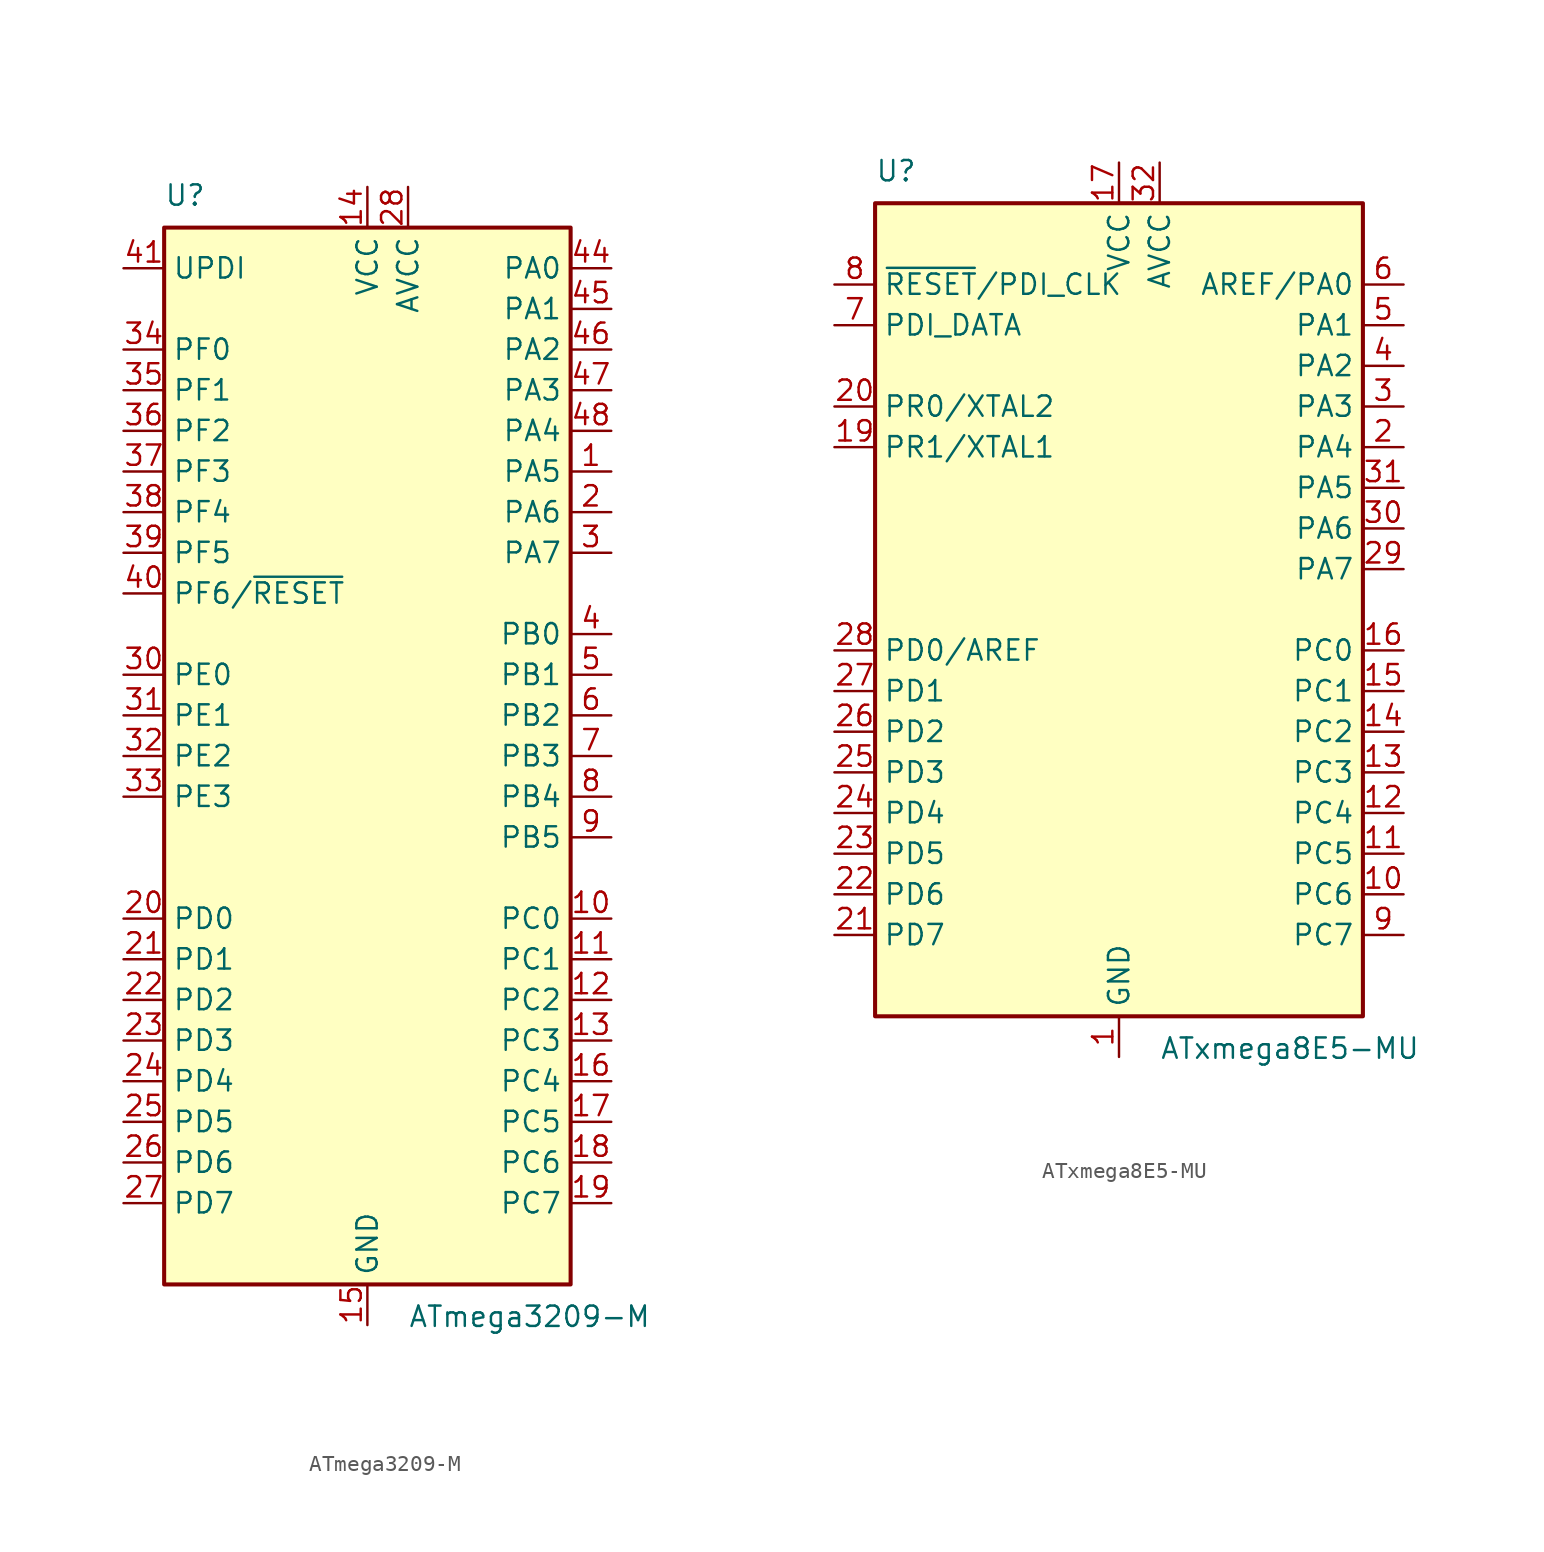
<source format=kicad_sym>
(kicad_symbol_lib
  (version 20201005)
  (generator kicad_symbol_editor)
  (symbol "ATmega3209-M"
    (property "Reference" "U"
      (at -12.7 34.29 0)
      (effects (font (size 1.27 1.27)) (justify left bottom)))
    (property "Value" "ATmega3209-M"
      (at 2.54 -34.29 0)
      (effects (font (size 1.27 1.27)) (justify left top)))
    (symbol "ATmega3209-M_0_1"
      (rectangle (start -12.7 -33.02) (end 12.7 33.02) (stroke (width 0.254)) (fill (type background))))
    (symbol "ATmega3209-M_1_1"
      (pin tri_state line (at 15.24 17.78 180) (length 2.54) (name "PA5" (effects (font (size 1.27 1.27)))) (number "1" (effects (font (size 1.27 1.27)))))
      (pin tri_state line (at 15.24 -10.16 180) (length 2.54) (name "PC0" (effects (font (size 1.27 1.27)))) (number "10" (effects (font (size 1.27 1.27)))))
      (pin tri_state line (at 15.24 -12.7 180) (length 2.54) (name "PC1" (effects (font (size 1.27 1.27)))) (number "11" (effects (font (size 1.27 1.27)))))
      (pin tri_state line (at 15.24 -15.24 180) (length 2.54) (name "PC2" (effects (font (size 1.27 1.27)))) (number "12" (effects (font (size 1.27 1.27)))))
      (pin tri_state line (at 15.24 -17.78 180) (length 2.54) (name "PC3" (effects (font (size 1.27 1.27)))) (number "13" (effects (font (size 1.27 1.27)))))
      (pin power_in line (at 0 35.56 270) (length 2.54) (name "VCC" (effects (font (size 1.27 1.27)))) (number "14" (effects (font (size 1.27 1.27)))))
      (pin power_in line (at 0 -35.56 90) (length 2.54) (name "GND" (effects (font (size 1.27 1.27)))) (number "15" (effects (font (size 1.27 1.27)))))
      (pin tri_state line (at 15.24 -20.32 180) (length 2.54) (name "PC4" (effects (font (size 1.27 1.27)))) (number "16" (effects (font (size 1.27 1.27)))))
      (pin tri_state line (at 15.24 -22.86 180) (length 2.54) (name "PC5" (effects (font (size 1.27 1.27)))) (number "17" (effects (font (size 1.27 1.27)))))
      (pin tri_state line (at 15.24 -25.4 180) (length 2.54) (name "PC6" (effects (font (size 1.27 1.27)))) (number "18" (effects (font (size 1.27 1.27)))))
      (pin tri_state line (at 15.24 -27.94 180) (length 2.54) (name "PC7" (effects (font (size 1.27 1.27)))) (number "19" (effects (font (size 1.27 1.27)))))
      (pin tri_state line (at 15.24 15.24 180) (length 2.54) (name "PA6" (effects (font (size 1.27 1.27)))) (number "2" (effects (font (size 1.27 1.27)))))
      (pin tri_state line (at -15.24 -10.16 0) (length 2.54) (name "PD0" (effects (font (size 1.27 1.27)))) (number "20" (effects (font (size 1.27 1.27)))))
      (pin tri_state line (at -15.24 -12.7 0) (length 2.54) (name "PD1" (effects (font (size 1.27 1.27)))) (number "21" (effects (font (size 1.27 1.27)))))
      (pin tri_state line (at -15.24 -15.24 0) (length 2.54) (name "PD2" (effects (font (size 1.27 1.27)))) (number "22" (effects (font (size 1.27 1.27)))))
      (pin tri_state line (at -15.24 -17.78 0) (length 2.54) (name "PD3" (effects (font (size 1.27 1.27)))) (number "23" (effects (font (size 1.27 1.27)))))
      (pin tri_state line (at -15.24 -20.32 0) (length 2.54) (name "PD4" (effects (font (size 1.27 1.27)))) (number "24" (effects (font (size 1.27 1.27)))))
      (pin tri_state line (at -15.24 -22.86 0) (length 2.54) (name "PD5" (effects (font (size 1.27 1.27)))) (number "25" (effects (font (size 1.27 1.27)))))
      (pin tri_state line (at -15.24 -25.4 0) (length 2.54) (name "PD6" (effects (font (size 1.27 1.27)))) (number "26" (effects (font (size 1.27 1.27)))))
      (pin tri_state line (at -15.24 -27.94 0) (length 2.54) (name "PD7" (effects (font (size 1.27 1.27)))) (number "27" (effects (font (size 1.27 1.27)))))
      (pin power_in line (at 2.54 35.56 270) (length 2.54) (name "AVCC" (effects (font (size 1.27 1.27)))) (number "28" (effects (font (size 1.27 1.27)))))
      (pin passive line (at 0 -35.56 90) (length 2.54) hide (name "GND" (effects (font (size 1.27 1.27)))) (number "29" (effects (font (size 1.27 1.27)))))
      (pin tri_state line (at 15.24 12.7 180) (length 2.54) (name "PA7" (effects (font (size 1.27 1.27)))) (number "3" (effects (font (size 1.27 1.27)))))
      (pin tri_state line (at -15.24 5.08 0) (length 2.54) (name "PE0" (effects (font (size 1.27 1.27)))) (number "30" (effects (font (size 1.27 1.27)))))
      (pin tri_state line (at -15.24 2.54 0) (length 2.54) (name "PE1" (effects (font (size 1.27 1.27)))) (number "31" (effects (font (size 1.27 1.27)))))
      (pin tri_state line (at -15.24 0 0) (length 2.54) (name "PE2" (effects (font (size 1.27 1.27)))) (number "32" (effects (font (size 1.27 1.27)))))
      (pin tri_state line (at -15.24 -2.54 0) (length 2.54) (name "PE3" (effects (font (size 1.27 1.27)))) (number "33" (effects (font (size 1.27 1.27)))))
      (pin tri_state line (at -15.24 25.4 0) (length 2.54) (name "PF0" (effects (font (size 1.27 1.27)))) (number "34" (effects (font (size 1.27 1.27)))))
      (pin tri_state line (at -15.24 22.86 0) (length 2.54) (name "PF1" (effects (font (size 1.27 1.27)))) (number "35" (effects (font (size 1.27 1.27)))))
      (pin tri_state line (at -15.24 20.32 0) (length 2.54) (name "PF2" (effects (font (size 1.27 1.27)))) (number "36" (effects (font (size 1.27 1.27)))))
      (pin tri_state line (at -15.24 17.78 0) (length 2.54) (name "PF3" (effects (font (size 1.27 1.27)))) (number "37" (effects (font (size 1.27 1.27)))))
      (pin tri_state line (at -15.24 15.24 0) (length 2.54) (name "PF4" (effects (font (size 1.27 1.27)))) (number "38" (effects (font (size 1.27 1.27)))))
      (pin tri_state line (at -15.24 12.7 0) (length 2.54) (name "PF5" (effects (font (size 1.27 1.27)))) (number "39" (effects (font (size 1.27 1.27)))))
      (pin tri_state line (at 15.24 7.62 180) (length 2.54) (name "PB0" (effects (font (size 1.27 1.27)))) (number "4" (effects (font (size 1.27 1.27)))))
      (pin tri_state line (at -15.24 10.16 0) (length 2.54) (name "PF6/~RESET" (effects (font (size 1.27 1.27)))) (number "40" (effects (font (size 1.27 1.27)))))
      (pin bidirectional line (at -15.24 30.48 0) (length 2.54) (name "UPDI" (effects (font (size 1.27 1.27)))) (number "41" (effects (font (size 1.27 1.27)))))
      (pin passive line (at 0 35.56 270) (length 2.54) hide (name "VCC" (effects (font (size 1.27 1.27)))) (number "42" (effects (font (size 1.27 1.27)))))
      (pin passive line (at 0 -35.56 90) (length 2.54) hide (name "GND" (effects (font (size 1.27 1.27)))) (number "43" (effects (font (size 1.27 1.27)))))
      (pin tri_state line (at 15.24 30.48 180) (length 2.54) (name "PA0" (effects (font (size 1.27 1.27)))) (number "44" (effects (font (size 1.27 1.27)))))
      (pin tri_state line (at 15.24 27.94 180) (length 2.54) (name "PA1" (effects (font (size 1.27 1.27)))) (number "45" (effects (font (size 1.27 1.27)))))
      (pin tri_state line (at 15.24 25.4 180) (length 2.54) (name "PA2" (effects (font (size 1.27 1.27)))) (number "46" (effects (font (size 1.27 1.27)))))
      (pin tri_state line (at 15.24 22.86 180) (length 2.54) (name "PA3" (effects (font (size 1.27 1.27)))) (number "47" (effects (font (size 1.27 1.27)))))
      (pin tri_state line (at 15.24 20.32 180) (length 2.54) (name "PA4" (effects (font (size 1.27 1.27)))) (number "48" (effects (font (size 1.27 1.27)))))
      (pin passive line (at 0 -35.56 90) (length 2.54) hide (name "GND" (effects (font (size 1.27 1.27)))) (number "49" (effects (font (size 1.27 1.27)))))
      (pin tri_state line (at 15.24 5.08 180) (length 2.54) (name "PB1" (effects (font (size 1.27 1.27)))) (number "5" (effects (font (size 1.27 1.27)))))
      (pin tri_state line (at 15.24 2.54 180) (length 2.54) (name "PB2" (effects (font (size 1.27 1.27)))) (number "6" (effects (font (size 1.27 1.27)))))
      (pin tri_state line (at 15.24 0 180) (length 2.54) (name "PB3" (effects (font (size 1.27 1.27)))) (number "7" (effects (font (size 1.27 1.27)))))
      (pin tri_state line (at 15.24 -2.54 180) (length 2.54) (name "PB4" (effects (font (size 1.27 1.27)))) (number "8" (effects (font (size 1.27 1.27)))))
      (pin tri_state line (at 15.24 -5.08 180) (length 2.54) (name "PB5" (effects (font (size 1.27 1.27)))) (number "9" (effects (font (size 1.27 1.27)))))))
  (symbol "ATxmega8E5-MU"
    (property "Reference" "U"
      (at -15.24 26.67 0)
      (effects (font (size 1.27 1.27)) (justify left bottom)))
    (property "Value" "ATxmega8E5-MU"
      (at 2.54 -26.67 0)
      (effects (font (size 1.27 1.27)) (justify left top)))
    (symbol "ATxmega8E5-MU_0_1"
      (rectangle (start -15.24 -25.4) (end 15.24 25.4) (stroke (width 0.254)) (fill (type background))))
    (symbol "ATxmega8E5-MU_1_1"
      (pin power_in line (at 0 -27.94 90) (length 2.54) (name "GND" (effects (font (size 1.27 1.27)))) (number "1" (effects (font (size 1.27 1.27)))))
      (pin tri_state line (at 17.78 -17.78 180) (length 2.54) (name "PC6" (effects (font (size 1.27 1.27)))) (number "10" (effects (font (size 1.27 1.27)))))
      (pin tri_state line (at 17.78 -15.24 180) (length 2.54) (name "PC5" (effects (font (size 1.27 1.27)))) (number "11" (effects (font (size 1.27 1.27)))))
      (pin tri_state line (at 17.78 -12.7 180) (length 2.54) (name "PC4" (effects (font (size 1.27 1.27)))) (number "12" (effects (font (size 1.27 1.27)))))
      (pin tri_state line (at 17.78 -10.16 180) (length 2.54) (name "PC3" (effects (font (size 1.27 1.27)))) (number "13" (effects (font (size 1.27 1.27)))))
      (pin tri_state line (at 17.78 -7.62 180) (length 2.54) (name "PC2" (effects (font (size 1.27 1.27)))) (number "14" (effects (font (size 1.27 1.27)))))
      (pin tri_state line (at 17.78 -5.08 180) (length 2.54) (name "PC1" (effects (font (size 1.27 1.27)))) (number "15" (effects (font (size 1.27 1.27)))))
      (pin tri_state line (at 17.78 -2.54 180) (length 2.54) (name "PC0" (effects (font (size 1.27 1.27)))) (number "16" (effects (font (size 1.27 1.27)))))
      (pin power_in line (at 0 27.94 270) (length 2.54) (name "VCC" (effects (font (size 1.27 1.27)))) (number "17" (effects (font (size 1.27 1.27)))))
      (pin passive line (at 0 -27.94 90) (length 2.54) hide (name "GND" (effects (font (size 1.27 1.27)))) (number "18" (effects (font (size 1.27 1.27)))))
      (pin tri_state line (at -17.78 10.16 0) (length 2.54) (name "PR1/XTAL1" (effects (font (size 1.27 1.27)))) (number "19" (effects (font (size 1.27 1.27)))))
      (pin tri_state line (at 17.78 10.16 180) (length 2.54) (name "PA4" (effects (font (size 1.27 1.27)))) (number "2" (effects (font (size 1.27 1.27)))))
      (pin tri_state line (at -17.78 12.7 0) (length 2.54) (name "PR0/XTAL2" (effects (font (size 1.27 1.27)))) (number "20" (effects (font (size 1.27 1.27)))))
      (pin tri_state line (at -17.78 -20.32 0) (length 2.54) (name "PD7" (effects (font (size 1.27 1.27)))) (number "21" (effects (font (size 1.27 1.27)))))
      (pin tri_state line (at -17.78 -17.78 0) (length 2.54) (name "PD6" (effects (font (size 1.27 1.27)))) (number "22" (effects (font (size 1.27 1.27)))))
      (pin tri_state line (at -17.78 -15.24 0) (length 2.54) (name "PD5" (effects (font (size 1.27 1.27)))) (number "23" (effects (font (size 1.27 1.27)))))
      (pin tri_state line (at -17.78 -12.7 0) (length 2.54) (name "PD4" (effects (font (size 1.27 1.27)))) (number "24" (effects (font (size 1.27 1.27)))))
      (pin tri_state line (at -17.78 -10.16 0) (length 2.54) (name "PD3" (effects (font (size 1.27 1.27)))) (number "25" (effects (font (size 1.27 1.27)))))
      (pin tri_state line (at -17.78 -7.62 0) (length 2.54) (name "PD2" (effects (font (size 1.27 1.27)))) (number "26" (effects (font (size 1.27 1.27)))))
      (pin tri_state line (at -17.78 -5.08 0) (length 2.54) (name "PD1" (effects (font (size 1.27 1.27)))) (number "27" (effects (font (size 1.27 1.27)))))
      (pin tri_state line (at -17.78 -2.54 0) (length 2.54) (name "PD0/AREF" (effects (font (size 1.27 1.27)))) (number "28" (effects (font (size 1.27 1.27)))))
      (pin tri_state line (at 17.78 2.54 180) (length 2.54) (name "PA7" (effects (font (size 1.27 1.27)))) (number "29" (effects (font (size 1.27 1.27)))))
      (pin tri_state line (at 17.78 12.7 180) (length 2.54) (name "PA3" (effects (font (size 1.27 1.27)))) (number "3" (effects (font (size 1.27 1.27)))))
      (pin tri_state line (at 17.78 5.08 180) (length 2.54) (name "PA6" (effects (font (size 1.27 1.27)))) (number "30" (effects (font (size 1.27 1.27)))))
      (pin tri_state line (at 17.78 7.62 180) (length 2.54) (name "PA5" (effects (font (size 1.27 1.27)))) (number "31" (effects (font (size 1.27 1.27)))))
      (pin power_in line (at 2.54 27.94 270) (length 2.54) (name "AVCC" (effects (font (size 1.27 1.27)))) (number "32" (effects (font (size 1.27 1.27)))))
      (pin passive line (at 0 -27.94 90) (length 2.54) hide (name "GND" (effects (font (size 1.27 1.27)))) (number "33" (effects (font (size 1.27 1.27)))))
      (pin tri_state line (at 17.78 15.24 180) (length 2.54) (name "PA2" (effects (font (size 1.27 1.27)))) (number "4" (effects (font (size 1.27 1.27)))))
      (pin tri_state line (at 17.78 17.78 180) (length 2.54) (name "PA1" (effects (font (size 1.27 1.27)))) (number "5" (effects (font (size 1.27 1.27)))))
      (pin tri_state line (at 17.78 20.32 180) (length 2.54) (name "AREF/PA0" (effects (font (size 1.27 1.27)))) (number "6" (effects (font (size 1.27 1.27)))))
      (pin bidirectional line (at -17.78 17.78 0) (length 2.54) (name "PDI_DATA" (effects (font (size 1.27 1.27)))) (number "7" (effects (font (size 1.27 1.27)))))
      (pin input line (at -17.78 20.32 0) (length 2.54) (name "~RESET~/PDI_CLK" (effects (font (size 1.27 1.27)))) (number "8" (effects (font (size 1.27 1.27)))))
      (pin tri_state line (at 17.78 -20.32 180) (length 2.54) (name "PC7" (effects (font (size 1.27 1.27)))) (number "9" (effects (font (size 1.27 1.27))))))))
</source>
